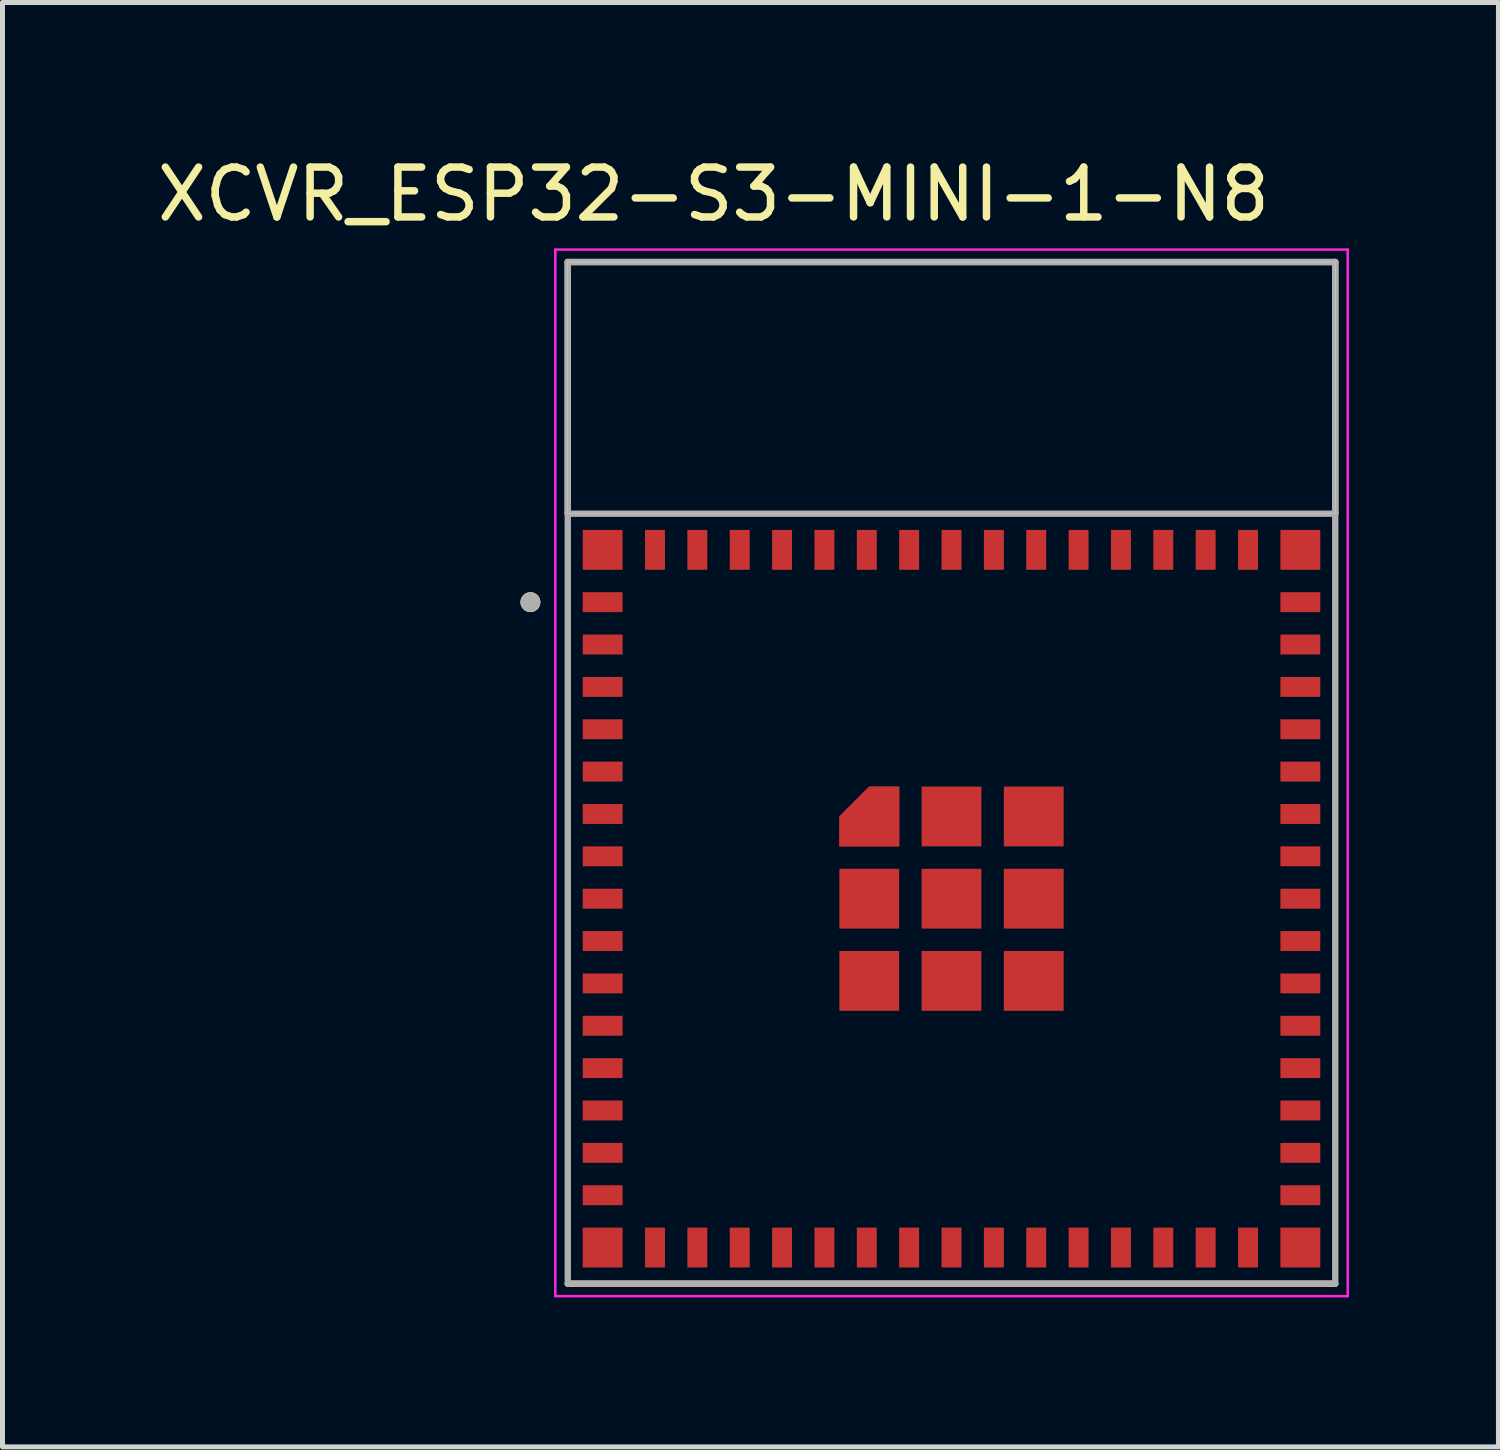
<source format=kicad_pcb>
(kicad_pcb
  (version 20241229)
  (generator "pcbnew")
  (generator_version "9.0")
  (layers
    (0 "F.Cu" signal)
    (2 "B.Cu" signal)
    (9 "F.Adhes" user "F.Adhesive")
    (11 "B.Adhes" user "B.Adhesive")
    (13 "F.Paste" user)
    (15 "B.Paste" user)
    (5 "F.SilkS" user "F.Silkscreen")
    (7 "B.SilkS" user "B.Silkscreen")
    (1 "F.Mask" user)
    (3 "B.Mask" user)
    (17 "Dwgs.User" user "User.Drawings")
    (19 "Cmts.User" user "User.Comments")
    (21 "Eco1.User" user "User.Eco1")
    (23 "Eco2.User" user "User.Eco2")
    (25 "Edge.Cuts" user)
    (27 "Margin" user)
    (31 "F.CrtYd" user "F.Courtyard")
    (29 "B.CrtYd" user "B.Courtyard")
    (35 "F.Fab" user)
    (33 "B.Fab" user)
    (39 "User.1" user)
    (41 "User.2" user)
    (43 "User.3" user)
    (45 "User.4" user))
  (footprint "XCVR_ESP32-S3-MINI-1-N8"
    (layer "F.Cu")
    (at 16.043 14.983)
    (property "Reference" "XCVR_ESP32-S3-MINI-1-N8" (at -4.775 -14.135 0) (layer "F.SilkS") (effects (font (size 1 1) (thickness 0.15))))
    (attr smd)
    (fp_poly (pts (xy -2.35 -0.95) (xy -0.95 -0.95) (xy -0.95 -2.35) (xy -1.7 -2.35) (xy -2.35 -1.7)) (stroke (width 0.01) (type solid)) (fill yes) (layer "F.Mask"))
    (fp_line (start -7.7 -12.775) (end 7.7 -12.775) (stroke (width 0.127) (type solid)) (layer "F.SilkS"))
    (fp_line (start -7.7 -7.725) (end -7.7 -12.775) (stroke (width 0.127) (type solid)) (layer "F.SilkS"))
    (fp_line (start 7.7 -12.775) (end 7.7 -7.725) (stroke (width 0.127) (type solid)) (layer "F.SilkS"))
    (fp_line (start 7.7 7.725) (end -7.7 7.725) (stroke (width 0.127) (type solid)) (layer "F.SilkS"))
    (fp_circle (center -8.45 -5.95) (end -8.35 -5.95) (stroke (width 0.2) (type solid)) (fill no) (layer "F.SilkS"))
    (fp_poly (pts (xy -2.25 -1.05) (xy -1.05 -1.05) (xy -1.05 -2.25) (xy -1.65 -2.25) (xy -2.25 -1.65)) (stroke (width 0.01) (type solid)) (fill yes) (layer "F.Paste"))
    (fp_poly (pts (xy -7.7 -12.775) (xy 7.7 -12.775) (xy 7.7 -7.725) (xy -7.7 -7.725)) (stroke (width 0.01) (type solid)) (fill no) (layer "Dwgs.User"))
    (fp_poly (pts (xy -7.7 -12.775) (xy 7.7 -12.775) (xy 7.7 -7.725) (xy -7.7 -7.725)) (stroke (width 0.01) (type solid)) (fill no) (layer "Dwgs.User"))
    (fp_poly (pts (xy -7.7 -12.775) (xy 7.7 -12.775) (xy 7.7 -7.725) (xy -7.7 -7.725)) (stroke (width 0.01) (type solid)) (fill no) (layer "Dwgs.User"))
    (fp_line (start -7.95 -13.025) (end -7.95 7.975) (stroke (width 0.05) (type solid)) (layer "F.CrtYd"))
    (fp_line (start -7.95 7.975) (end 7.95 7.975) (stroke (width 0.05) (type solid)) (layer "F.CrtYd"))
    (fp_line (start 7.95 -13.025) (end -7.95 -13.025) (stroke (width 0.05) (type solid)) (layer "F.CrtYd"))
    (fp_line (start 7.95 7.975) (end 7.95 -13.025) (stroke (width 0.05) (type solid)) (layer "F.CrtYd"))
    (fp_line (start -7.7 -12.775) (end 7.7 -12.775) (stroke (width 0.127) (type solid)) (layer "F.Fab"))
    (fp_line (start -7.7 -7.725) (end -7.7 -12.775) (stroke (width 0.127) (type solid)) (layer "F.Fab"))
    (fp_line (start -7.7 -7.725) (end 7.7 -7.725) (stroke (width 0.127) (type solid)) (layer "F.Fab"))
    (fp_line (start -7.7 7.725) (end -7.7 -7.725) (stroke (width 0.127) (type solid)) (layer "F.Fab"))
    (fp_line (start 7.7 -12.775) (end 7.7 -7.725) (stroke (width 0.127) (type solid)) (layer "F.Fab"))
    (fp_line (start 7.7 -7.725) (end 7.7 7.725) (stroke (width 0.127) (type solid)) (layer "F.Fab"))
    (fp_line (start 7.7 7.725) (end -7.7 7.725) (stroke (width 0.127) (type solid)) (layer "F.Fab"))
    (fp_circle (center -8.45 -5.95) (end -8.35 -5.95) (stroke (width 0.2) (type solid)) (fill no) (layer "F.Fab"))
    (pad "1" smd rect (at -7 -5.95) (size 0.8 0.4) (layers "F.Cu" "F.Mask" "F.Paste"))
    (pad "2" smd rect (at -7 -5.1) (size 0.8 0.4) (layers "F.Cu" "F.Mask" "F.Paste"))
    (pad "3" smd rect (at -7 -4.25) (size 0.8 0.4) (layers "F.Cu" "F.Mask" "F.Paste"))
    (pad "4" smd rect (at -7 -3.4) (size 0.8 0.4) (layers "F.Cu" "F.Mask" "F.Paste"))
    (pad "5" smd rect (at -7 -2.55) (size 0.8 0.4) (layers "F.Cu" "F.Mask" "F.Paste"))
    (pad "6" smd rect (at -7 -1.7) (size 0.8 0.4) (layers "F.Cu" "F.Mask" "F.Paste"))
    (pad "7" smd rect (at -7 -0.85) (size 0.8 0.4) (layers "F.Cu" "F.Mask" "F.Paste"))
    (pad "8" smd rect (at -7 0) (size 0.8 0.4) (layers "F.Cu" "F.Mask" "F.Paste"))
    (pad "9" smd rect (at -7 0.85) (size 0.8 0.4) (layers "F.Cu" "F.Mask" "F.Paste"))
    (pad "10" smd rect (at -7 1.7) (size 0.8 0.4) (layers "F.Cu" "F.Mask" "F.Paste"))
    (pad "11" smd rect (at -7 2.55) (size 0.8 0.4) (layers "F.Cu" "F.Mask" "F.Paste"))
    (pad "12" smd rect (at -7 3.4) (size 0.8 0.4) (layers "F.Cu" "F.Mask" "F.Paste"))
    (pad "13" smd rect (at -7 4.25) (size 0.8 0.4) (layers "F.Cu" "F.Mask" "F.Paste"))
    (pad "14" smd rect (at -7 5.1) (size 0.8 0.4) (layers "F.Cu" "F.Mask" "F.Paste"))
    (pad "15" smd rect (at -7 5.95) (size 0.8 0.4) (layers "F.Cu" "F.Mask" "F.Paste"))
    (pad "16" smd rect (at -5.95 7) (size 0.4 0.8) (layers "F.Cu" "F.Mask" "F.Paste"))
    (pad "17" smd rect (at -5.1 7) (size 0.4 0.8) (layers "F.Cu" "F.Mask" "F.Paste"))
    (pad "18" smd rect (at -4.25 7) (size 0.4 0.8) (layers "F.Cu" "F.Mask" "F.Paste"))
    (pad "19" smd rect (at -3.4 7) (size 0.4 0.8) (layers "F.Cu" "F.Mask" "F.Paste"))
    (pad "20" smd rect (at -2.55 7) (size 0.4 0.8) (layers "F.Cu" "F.Mask" "F.Paste"))
    (pad "21" smd rect (at -1.7 7) (size 0.4 0.8) (layers "F.Cu" "F.Mask" "F.Paste"))
    (pad "22" smd rect (at -0.85 7) (size 0.4 0.8) (layers "F.Cu" "F.Mask" "F.Paste"))
    (pad "23" smd rect (at 0 7) (size 0.4 0.8) (layers "F.Cu" "F.Mask" "F.Paste"))
    (pad "24" smd rect (at 0.85 7) (size 0.4 0.8) (layers "F.Cu" "F.Mask" "F.Paste"))
    (pad "25" smd rect (at 1.7 7) (size 0.4 0.8) (layers "F.Cu" "F.Mask" "F.Paste"))
    (pad "26" smd rect (at 2.55 7) (size 0.4 0.8) (layers "F.Cu" "F.Mask" "F.Paste"))
    (pad "27" smd rect (at 3.4 7) (size 0.4 0.8) (layers "F.Cu" "F.Mask" "F.Paste"))
    (pad "28" smd rect (at 4.25 7) (size 0.4 0.8) (layers "F.Cu" "F.Mask" "F.Paste"))
    (pad "29" smd rect (at 5.1 7) (size 0.4 0.8) (layers "F.Cu" "F.Mask" "F.Paste"))
    (pad "30" smd rect (at 5.95 7) (size 0.4 0.8) (layers "F.Cu" "F.Mask" "F.Paste"))
    (pad "31" smd rect (at 7 5.95) (size 0.8 0.4) (layers "F.Cu" "F.Mask" "F.Paste"))
    (pad "32" smd rect (at 7 5.1) (size 0.8 0.4) (layers "F.Cu" "F.Mask" "F.Paste"))
    (pad "33" smd rect (at 7 4.25) (size 0.8 0.4) (layers "F.Cu" "F.Mask" "F.Paste"))
    (pad "34" smd rect (at 7 3.4) (size 0.8 0.4) (layers "F.Cu" "F.Mask" "F.Paste"))
    (pad "35" smd rect (at 7 2.55) (size 0.8 0.4) (layers "F.Cu" "F.Mask" "F.Paste"))
    (pad "36" smd rect (at 7 1.7) (size 0.8 0.4) (layers "F.Cu" "F.Mask" "F.Paste"))
    (pad "37" smd rect (at 7 0.85) (size 0.8 0.4) (layers "F.Cu" "F.Mask" "F.Paste"))
    (pad "38" smd rect (at 7 0) (size 0.8 0.4) (layers "F.Cu" "F.Mask" "F.Paste"))
    (pad "39" smd rect (at 7 -0.85) (size 0.8 0.4) (layers "F.Cu" "F.Mask" "F.Paste"))
    (pad "40" smd rect (at 7 -1.7) (size 0.8 0.4) (layers "F.Cu" "F.Mask" "F.Paste"))
    (pad "41" smd rect (at 7 -2.55) (size 0.8 0.4) (layers "F.Cu" "F.Mask" "F.Paste"))
    (pad "42" smd rect (at 7 -3.4) (size 0.8 0.4) (layers "F.Cu" "F.Mask" "F.Paste"))
    (pad "43" smd rect (at 7 -4.25) (size 0.8 0.4) (layers "F.Cu" "F.Mask" "F.Paste"))
    (pad "44" smd rect (at 7 -5.1) (size 0.8 0.4) (layers "F.Cu" "F.Mask" "F.Paste"))
    (pad "45" smd rect (at 7 -5.95) (size 0.8 0.4) (layers "F.Cu" "F.Mask" "F.Paste"))
    (pad "46" smd rect (at 5.95 -7) (size 0.4 0.8) (layers "F.Cu" "F.Mask" "F.Paste"))
    (pad "47" smd rect (at 5.1 -7) (size 0.4 0.8) (layers "F.Cu" "F.Mask" "F.Paste"))
    (pad "48" smd rect (at 4.25 -7) (size 0.4 0.8) (layers "F.Cu" "F.Mask" "F.Paste"))
    (pad "49" smd rect (at 3.4 -7) (size 0.4 0.8) (layers "F.Cu" "F.Mask" "F.Paste"))
    (pad "50" smd rect (at 2.55 -7) (size 0.4 0.8) (layers "F.Cu" "F.Mask" "F.Paste"))
    (pad "51" smd rect (at 1.7 -7) (size 0.4 0.8) (layers "F.Cu" "F.Mask" "F.Paste"))
    (pad "52" smd rect (at 0.85 -7) (size 0.4 0.8) (layers "F.Cu" "F.Mask" "F.Paste"))
    (pad "53" smd rect (at 0 -7) (size 0.4 0.8) (layers "F.Cu" "F.Mask" "F.Paste"))
    (pad "54" smd rect (at -0.85 -7) (size 0.4 0.8) (layers "F.Cu" "F.Mask" "F.Paste"))
    (pad "55" smd rect (at -1.7 -7) (size 0.4 0.8) (layers "F.Cu" "F.Mask" "F.Paste"))
    (pad "56" smd rect (at -2.55 -7) (size 0.4 0.8) (layers "F.Cu" "F.Mask" "F.Paste"))
    (pad "57" smd rect (at -3.4 -7) (size 0.4 0.8) (layers "F.Cu" "F.Mask" "F.Paste"))
    (pad "58" smd rect (at -4.25 -7) (size 0.4 0.8) (layers "F.Cu" "F.Mask" "F.Paste"))
    (pad "59" smd rect (at -5.1 -7) (size 0.4 0.8) (layers "F.Cu" "F.Mask" "F.Paste"))
    (pad "60" smd rect (at -5.95 -7) (size 0.4 0.8) (layers "F.Cu" "F.Mask" "F.Paste"))
    (pad "61" smd rect (at 0 0) (size 1.2 1.2) (layers "F.Cu" "F.Mask" "F.Paste"))
    (pad "61_1" smd custom (at -1.65 -1.65) (size 0.4 0.4) (layers "F.Cu") (options (anchor rect)) (primitives (gr_poly (pts (xy -0.6 0.6) (xy 0.6 0.6) (xy 0.6 -0.6) (xy 0 -0.6) (xy -0.6 0)) (width 0.01) (fill yes))))
    (pad "61_2" smd rect (at 0 -1.65) (size 1.2 1.2) (layers "F.Cu" "F.Mask" "F.Paste"))
    (pad "61_3" smd rect (at 1.65 -1.65) (size 1.2 1.2) (layers "F.Cu" "F.Mask" "F.Paste"))
    (pad "61_4" smd rect (at 1.65 0) (size 1.2 1.2) (layers "F.Cu" "F.Mask" "F.Paste"))
    (pad "61_5" smd rect (at 1.65 1.65) (size 1.2 1.2) (layers "F.Cu" "F.Mask" "F.Paste"))
    (pad "61_6" smd rect (at 0 1.65) (size 1.2 1.2) (layers "F.Cu" "F.Mask" "F.Paste"))
    (pad "61_7" smd rect (at -1.65 1.65) (size 1.2 1.2) (layers "F.Cu" "F.Mask" "F.Paste"))
    (pad "61_8" smd rect (at -1.65 0) (size 1.2 1.2) (layers "F.Cu" "F.Mask" "F.Paste"))
    (pad "62" smd rect (at -7 -7) (size 0.8 0.8) (layers "F.Cu" "F.Mask" "F.Paste"))
    (pad "63" smd rect (at -7 7) (size 0.8 0.8) (layers "F.Cu" "F.Mask" "F.Paste"))
    (pad "64" smd rect (at 7 7) (size 0.8 0.8) (layers "F.Cu" "F.Mask" "F.Paste"))
    (pad "65" smd rect (at 7 -7) (size 0.8 0.8) (layers "F.Cu" "F.Mask" "F.Paste")))
  (gr_rect
    (start -3 -3)
    (end 27.018 25.983)
    (stroke (width 0.1) (type default))
    (fill no)
    (layer "Edge.Cuts")))
</source>
